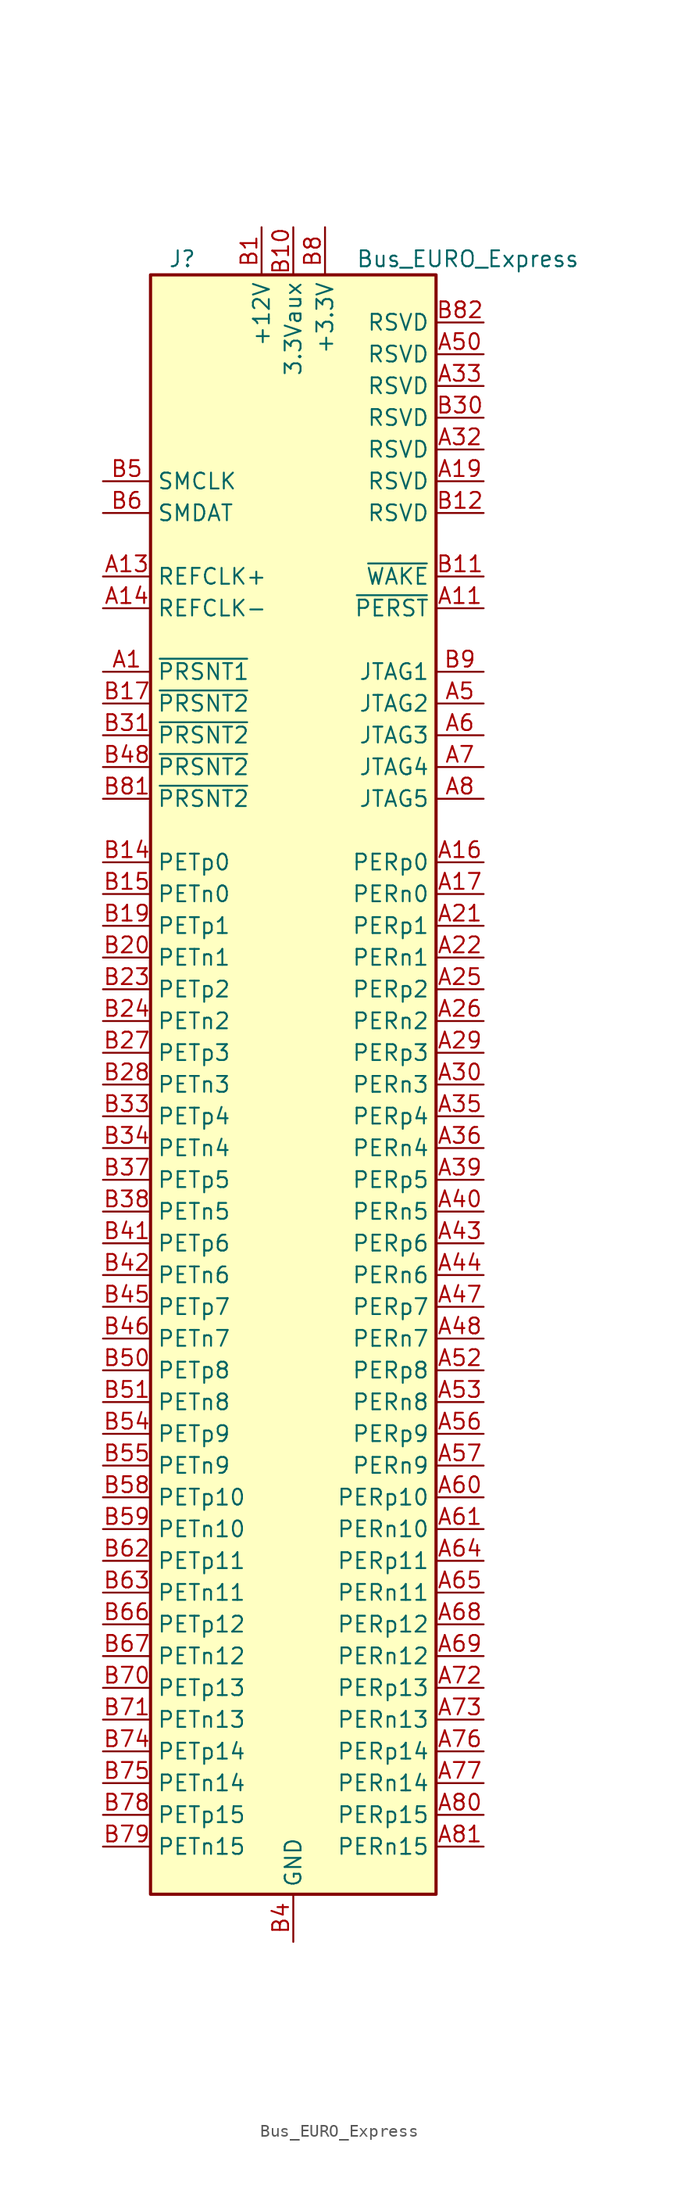
<source format=kicad_sym>
(kicad_symbol_lib
  (version 20231120)
  (generator "kicad_symbol_editor")
  (generator_version "8.0")
  (symbol "Bus_EURO_Express"
    (property "Reference" "J"
      (at -8.89 66.04 0)
      (effects (font (size 1.27 1.27))))
    (property "Value" "Bus_EURO_Express"
      (at 13.97 66.04 0)
      (effects (font (size 1.27 1.27))))
    (symbol "Bus_EURO_Express_0_1"
      (rectangle (start -11.43 64.77) (end 11.43 -64.77) (stroke (width 0.254) (type default)) (fill (type background))))
    (symbol "Bus_EURO_Express_1_1"
      (pin passive line (at -15.24 33.02 0) (length 3.81) (name "~{PRSNT1}" (effects (font (size 1.27 1.27)))) (number "A1" (effects (font (size 1.27 1.27)))))
      (pin passive line (at 2.54 68.58 270) (length 3.81) hide (name "+3.3V" (effects (font (size 1.27 1.27)))) (number "A10" (effects (font (size 1.27 1.27)))))
      (pin input line (at 15.24 38.1 180) (length 3.81) (name "~{PERST}" (effects (font (size 1.27 1.27)))) (number "A11" (effects (font (size 1.27 1.27)))))
      (pin passive line (at 0 -68.58 90) (length 3.81) hide (name "GND" (effects (font (size 1.27 1.27)))) (number "A12" (effects (font (size 1.27 1.27)))))
      (pin input line (at -15.24 40.64 0) (length 3.81) (name "REFCLK+" (effects (font (size 1.27 1.27)))) (number "A13" (effects (font (size 1.27 1.27)))))
      (pin input line (at -15.24 38.1 0) (length 3.81) (name "REFCLK-" (effects (font (size 1.27 1.27)))) (number "A14" (effects (font (size 1.27 1.27)))))
      (pin passive line (at 0 -68.58 90) (length 3.81) hide (name "GND" (effects (font (size 1.27 1.27)))) (number "A15" (effects (font (size 1.27 1.27)))))
      (pin output line (at 15.24 17.78 180) (length 3.81) (name "PERp0" (effects (font (size 1.27 1.27)))) (number "A16" (effects (font (size 1.27 1.27)))))
      (pin output line (at 15.24 15.24 180) (length 3.81) (name "PERn0" (effects (font (size 1.27 1.27)))) (number "A17" (effects (font (size 1.27 1.27)))))
      (pin passive line (at 0 -68.58 90) (length 3.81) hide (name "GND" (effects (font (size 1.27 1.27)))) (number "A18" (effects (font (size 1.27 1.27)))))
      (pin passive line (at 15.24 48.26 180) (length 3.81) (name "RSVD" (effects (font (size 1.27 1.27)))) (number "A19" (effects (font (size 1.27 1.27)))))
      (pin passive line (at -2.54 68.58 270) (length 3.81) hide (name "+12V" (effects (font (size 1.27 1.27)))) (number "A2" (effects (font (size 1.27 1.27)))))
      (pin passive line (at 0 -68.58 90) (length 3.81) hide (name "GND" (effects (font (size 1.27 1.27)))) (number "A20" (effects (font (size 1.27 1.27)))))
      (pin output line (at 15.24 12.7 180) (length 3.81) (name "PERp1" (effects (font (size 1.27 1.27)))) (number "A21" (effects (font (size 1.27 1.27)))))
      (pin output line (at 15.24 10.16 180) (length 3.81) (name "PERn1" (effects (font (size 1.27 1.27)))) (number "A22" (effects (font (size 1.27 1.27)))))
      (pin passive line (at 0 -68.58 90) (length 3.81) hide (name "GND" (effects (font (size 1.27 1.27)))) (number "A23" (effects (font (size 1.27 1.27)))))
      (pin passive line (at 0 -68.58 90) (length 3.81) hide (name "GND" (effects (font (size 1.27 1.27)))) (number "A24" (effects (font (size 1.27 1.27)))))
      (pin output line (at 15.24 7.62 180) (length 3.81) (name "PERp2" (effects (font (size 1.27 1.27)))) (number "A25" (effects (font (size 1.27 1.27)))))
      (pin output line (at 15.24 5.08 180) (length 3.81) (name "PERn2" (effects (font (size 1.27 1.27)))) (number "A26" (effects (font (size 1.27 1.27)))))
      (pin passive line (at 0 -68.58 90) (length 3.81) hide (name "GND" (effects (font (size 1.27 1.27)))) (number "A27" (effects (font (size 1.27 1.27)))))
      (pin passive line (at 0 -68.58 90) (length 3.81) hide (name "GND" (effects (font (size 1.27 1.27)))) (number "A28" (effects (font (size 1.27 1.27)))))
      (pin output line (at 15.24 2.54 180) (length 3.81) (name "PERp3" (effects (font (size 1.27 1.27)))) (number "A29" (effects (font (size 1.27 1.27)))))
      (pin passive line (at -2.54 68.58 270) (length 3.81) hide (name "+12V" (effects (font (size 1.27 1.27)))) (number "A3" (effects (font (size 1.27 1.27)))))
      (pin output line (at 15.24 0 180) (length 3.81) (name "PERn3" (effects (font (size 1.27 1.27)))) (number "A30" (effects (font (size 1.27 1.27)))))
      (pin passive line (at 0 -68.58 90) (length 3.81) hide (name "GND" (effects (font (size 1.27 1.27)))) (number "A31" (effects (font (size 1.27 1.27)))))
      (pin passive line (at 15.24 50.8 180) (length 3.81) (name "RSVD" (effects (font (size 1.27 1.27)))) (number "A32" (effects (font (size 1.27 1.27)))))
      (pin passive line (at 15.24 55.88 180) (length 3.81) (name "RSVD" (effects (font (size 1.27 1.27)))) (number "A33" (effects (font (size 1.27 1.27)))))
      (pin passive line (at 0 -68.58 90) (length 3.81) hide (name "GND" (effects (font (size 1.27 1.27)))) (number "A34" (effects (font (size 1.27 1.27)))))
      (pin output line (at 15.24 -2.54 180) (length 3.81) (name "PERp4" (effects (font (size 1.27 1.27)))) (number "A35" (effects (font (size 1.27 1.27)))))
      (pin output line (at 15.24 -5.08 180) (length 3.81) (name "PERn4" (effects (font (size 1.27 1.27)))) (number "A36" (effects (font (size 1.27 1.27)))))
      (pin passive line (at 0 -68.58 90) (length 3.81) hide (name "GND" (effects (font (size 1.27 1.27)))) (number "A37" (effects (font (size 1.27 1.27)))))
      (pin passive line (at 0 -68.58 90) (length 3.81) hide (name "GND" (effects (font (size 1.27 1.27)))) (number "A38" (effects (font (size 1.27 1.27)))))
      (pin output line (at 15.24 -7.62 180) (length 3.81) (name "PERp5" (effects (font (size 1.27 1.27)))) (number "A39" (effects (font (size 1.27 1.27)))))
      (pin passive line (at 0 -68.58 90) (length 3.81) hide (name "GND" (effects (font (size 1.27 1.27)))) (number "A4" (effects (font (size 1.27 1.27)))))
      (pin output line (at 15.24 -10.16 180) (length 3.81) (name "PERn5" (effects (font (size 1.27 1.27)))) (number "A40" (effects (font (size 1.27 1.27)))))
      (pin passive line (at 0 -68.58 90) (length 3.81) hide (name "GND" (effects (font (size 1.27 1.27)))) (number "A41" (effects (font (size 1.27 1.27)))))
      (pin passive line (at 0 -68.58 90) (length 3.81) hide (name "GND" (effects (font (size 1.27 1.27)))) (number "A42" (effects (font (size 1.27 1.27)))))
      (pin output line (at 15.24 -12.7 180) (length 3.81) (name "PERp6" (effects (font (size 1.27 1.27)))) (number "A43" (effects (font (size 1.27 1.27)))))
      (pin output line (at 15.24 -15.24 180) (length 3.81) (name "PERn6" (effects (font (size 1.27 1.27)))) (number "A44" (effects (font (size 1.27 1.27)))))
      (pin passive line (at 0 -68.58 90) (length 3.81) hide (name "GND" (effects (font (size 1.27 1.27)))) (number "A45" (effects (font (size 1.27 1.27)))))
      (pin passive line (at 0 -68.58 90) (length 3.81) hide (name "GND" (effects (font (size 1.27 1.27)))) (number "A46" (effects (font (size 1.27 1.27)))))
      (pin output line (at 15.24 -17.78 180) (length 3.81) (name "PERp7" (effects (font (size 1.27 1.27)))) (number "A47" (effects (font (size 1.27 1.27)))))
      (pin output line (at 15.24 -20.32 180) (length 3.81) (name "PERn7" (effects (font (size 1.27 1.27)))) (number "A48" (effects (font (size 1.27 1.27)))))
      (pin passive line (at 0 -68.58 90) (length 3.81) hide (name "GND" (effects (font (size 1.27 1.27)))) (number "A49" (effects (font (size 1.27 1.27)))))
      (pin input line (at 15.24 30.48 180) (length 3.81) (name "JTAG2" (effects (font (size 1.27 1.27)))) (number "A5" (effects (font (size 1.27 1.27)))))
      (pin passive line (at 15.24 58.42 180) (length 3.81) (name "RSVD" (effects (font (size 1.27 1.27)))) (number "A50" (effects (font (size 1.27 1.27)))))
      (pin passive line (at 0 -68.58 90) (length 3.81) hide (name "GND" (effects (font (size 1.27 1.27)))) (number "A51" (effects (font (size 1.27 1.27)))))
      (pin output line (at 15.24 -22.86 180) (length 3.81) (name "PERp8" (effects (font (size 1.27 1.27)))) (number "A52" (effects (font (size 1.27 1.27)))))
      (pin output line (at 15.24 -25.4 180) (length 3.81) (name "PERn8" (effects (font (size 1.27 1.27)))) (number "A53" (effects (font (size 1.27 1.27)))))
      (pin passive line (at 0 -68.58 90) (length 3.81) hide (name "GND" (effects (font (size 1.27 1.27)))) (number "A54" (effects (font (size 1.27 1.27)))))
      (pin passive line (at 0 -68.58 90) (length 3.81) hide (name "GND" (effects (font (size 1.27 1.27)))) (number "A55" (effects (font (size 1.27 1.27)))))
      (pin output line (at 15.24 -27.94 180) (length 3.81) (name "PERp9" (effects (font (size 1.27 1.27)))) (number "A56" (effects (font (size 1.27 1.27)))))
      (pin output line (at 15.24 -30.48 180) (length 3.81) (name "PERn9" (effects (font (size 1.27 1.27)))) (number "A57" (effects (font (size 1.27 1.27)))))
      (pin passive line (at 0 -68.58 90) (length 3.81) hide (name "GND" (effects (font (size 1.27 1.27)))) (number "A58" (effects (font (size 1.27 1.27)))))
      (pin passive line (at 0 -68.58 90) (length 3.81) hide (name "GND" (effects (font (size 1.27 1.27)))) (number "A59" (effects (font (size 1.27 1.27)))))
      (pin input line (at 15.24 27.94 180) (length 3.81) (name "JTAG3" (effects (font (size 1.27 1.27)))) (number "A6" (effects (font (size 1.27 1.27)))))
      (pin output line (at 15.24 -33.02 180) (length 3.81) (name "PERp10" (effects (font (size 1.27 1.27)))) (number "A60" (effects (font (size 1.27 1.27)))))
      (pin output line (at 15.24 -35.56 180) (length 3.81) (name "PERn10" (effects (font (size 1.27 1.27)))) (number "A61" (effects (font (size 1.27 1.27)))))
      (pin passive line (at 0 -68.58 90) (length 3.81) hide (name "GND" (effects (font (size 1.27 1.27)))) (number "A62" (effects (font (size 1.27 1.27)))))
      (pin passive line (at 0 -68.58 90) (length 3.81) hide (name "GND" (effects (font (size 1.27 1.27)))) (number "A63" (effects (font (size 1.27 1.27)))))
      (pin output line (at 15.24 -38.1 180) (length 3.81) (name "PERp11" (effects (font (size 1.27 1.27)))) (number "A64" (effects (font (size 1.27 1.27)))))
      (pin output line (at 15.24 -40.64 180) (length 3.81) (name "PERn11" (effects (font (size 1.27 1.27)))) (number "A65" (effects (font (size 1.27 1.27)))))
      (pin passive line (at 0 -68.58 90) (length 3.81) hide (name "GND" (effects (font (size 1.27 1.27)))) (number "A66" (effects (font (size 1.27 1.27)))))
      (pin passive line (at 0 -68.58 90) (length 3.81) hide (name "GND" (effects (font (size 1.27 1.27)))) (number "A67" (effects (font (size 1.27 1.27)))))
      (pin output line (at 15.24 -43.18 180) (length 3.81) (name "PERp12" (effects (font (size 1.27 1.27)))) (number "A68" (effects (font (size 1.27 1.27)))))
      (pin output line (at 15.24 -45.72 180) (length 3.81) (name "PERn12" (effects (font (size 1.27 1.27)))) (number "A69" (effects (font (size 1.27 1.27)))))
      (pin output line (at 15.24 25.4 180) (length 3.81) (name "JTAG4" (effects (font (size 1.27 1.27)))) (number "A7" (effects (font (size 1.27 1.27)))))
      (pin passive line (at 0 -68.58 90) (length 3.81) hide (name "GND" (effects (font (size 1.27 1.27)))) (number "A70" (effects (font (size 1.27 1.27)))))
      (pin passive line (at 0 -68.58 90) (length 3.81) hide (name "GND" (effects (font (size 1.27 1.27)))) (number "A71" (effects (font (size 1.27 1.27)))))
      (pin output line (at 15.24 -48.26 180) (length 3.81) (name "PERp13" (effects (font (size 1.27 1.27)))) (number "A72" (effects (font (size 1.27 1.27)))))
      (pin output line (at 15.24 -50.8 180) (length 3.81) (name "PERn13" (effects (font (size 1.27 1.27)))) (number "A73" (effects (font (size 1.27 1.27)))))
      (pin passive line (at 0 -68.58 90) (length 3.81) hide (name "GND" (effects (font (size 1.27 1.27)))) (number "A74" (effects (font (size 1.27 1.27)))))
      (pin passive line (at 0 -68.58 90) (length 3.81) hide (name "GND" (effects (font (size 1.27 1.27)))) (number "A75" (effects (font (size 1.27 1.27)))))
      (pin output line (at 15.24 -53.34 180) (length 3.81) (name "PERp14" (effects (font (size 1.27 1.27)))) (number "A76" (effects (font (size 1.27 1.27)))))
      (pin output line (at 15.24 -55.88 180) (length 3.81) (name "PERn14" (effects (font (size 1.27 1.27)))) (number "A77" (effects (font (size 1.27 1.27)))))
      (pin passive line (at 0 -68.58 90) (length 3.81) hide (name "GND" (effects (font (size 1.27 1.27)))) (number "A78" (effects (font (size 1.27 1.27)))))
      (pin passive line (at 0 -68.58 90) (length 3.81) hide (name "GND" (effects (font (size 1.27 1.27)))) (number "A79" (effects (font (size 1.27 1.27)))))
      (pin input line (at 15.24 22.86 180) (length 3.81) (name "JTAG5" (effects (font (size 1.27 1.27)))) (number "A8" (effects (font (size 1.27 1.27)))))
      (pin output line (at 15.24 -58.42 180) (length 3.81) (name "PERp15" (effects (font (size 1.27 1.27)))) (number "A80" (effects (font (size 1.27 1.27)))))
      (pin output line (at 15.24 -60.96 180) (length 3.81) (name "PERn15" (effects (font (size 1.27 1.27)))) (number "A81" (effects (font (size 1.27 1.27)))))
      (pin passive line (at 0 -68.58 90) (length 3.81) hide (name "GND" (effects (font (size 1.27 1.27)))) (number "A82" (effects (font (size 1.27 1.27)))))
      (pin passive line (at 2.54 68.58 270) (length 3.81) hide (name "+3.3V" (effects (font (size 1.27 1.27)))) (number "A9" (effects (font (size 1.27 1.27)))))
      (pin power_in line (at -2.54 68.58 270) (length 3.81) (name "+12V" (effects (font (size 1.27 1.27)))) (number "B1" (effects (font (size 1.27 1.27)))))
      (pin power_in line (at 0 68.58 270) (length 3.81) (name "3.3Vaux" (effects (font (size 1.27 1.27)))) (number "B10" (effects (font (size 1.27 1.27)))))
      (pin open_collector line (at 15.24 40.64 180) (length 3.81) (name "~{WAKE}" (effects (font (size 1.27 1.27)))) (number "B11" (effects (font (size 1.27 1.27)))))
      (pin passive line (at 15.24 45.72 180) (length 3.81) (name "RSVD" (effects (font (size 1.27 1.27)))) (number "B12" (effects (font (size 1.27 1.27)))))
      (pin passive line (at 0 -68.58 90) (length 3.81) hide (name "GND" (effects (font (size 1.27 1.27)))) (number "B13" (effects (font (size 1.27 1.27)))))
      (pin input line (at -15.24 17.78 0) (length 3.81) (name "PETp0" (effects (font (size 1.27 1.27)))) (number "B14" (effects (font (size 1.27 1.27)))))
      (pin input line (at -15.24 15.24 0) (length 3.81) (name "PETn0" (effects (font (size 1.27 1.27)))) (number "B15" (effects (font (size 1.27 1.27)))))
      (pin passive line (at 0 -68.58 90) (length 3.81) hide (name "GND" (effects (font (size 1.27 1.27)))) (number "B16" (effects (font (size 1.27 1.27)))))
      (pin passive line (at -15.24 30.48 0) (length 3.81) (name "~{PRSNT2}" (effects (font (size 1.27 1.27)))) (number "B17" (effects (font (size 1.27 1.27)))))
      (pin passive line (at 0 -68.58 90) (length 3.81) hide (name "GND" (effects (font (size 1.27 1.27)))) (number "B18" (effects (font (size 1.27 1.27)))))
      (pin input line (at -15.24 12.7 0) (length 3.81) (name "PETp1" (effects (font (size 1.27 1.27)))) (number "B19" (effects (font (size 1.27 1.27)))))
      (pin passive line (at -2.54 68.58 270) (length 3.81) hide (name "+12V" (effects (font (size 1.27 1.27)))) (number "B2" (effects (font (size 1.27 1.27)))))
      (pin input line (at -15.24 10.16 0) (length 3.81) (name "PETn1" (effects (font (size 1.27 1.27)))) (number "B20" (effects (font (size 1.27 1.27)))))
      (pin passive line (at 0 -68.58 90) (length 3.81) hide (name "GND" (effects (font (size 1.27 1.27)))) (number "B21" (effects (font (size 1.27 1.27)))))
      (pin passive line (at 0 -68.58 90) (length 3.81) hide (name "GND" (effects (font (size 1.27 1.27)))) (number "B22" (effects (font (size 1.27 1.27)))))
      (pin input line (at -15.24 7.62 0) (length 3.81) (name "PETp2" (effects (font (size 1.27 1.27)))) (number "B23" (effects (font (size 1.27 1.27)))))
      (pin input line (at -15.24 5.08 0) (length 3.81) (name "PETn2" (effects (font (size 1.27 1.27)))) (number "B24" (effects (font (size 1.27 1.27)))))
      (pin passive line (at 0 -68.58 90) (length 3.81) hide (name "GND" (effects (font (size 1.27 1.27)))) (number "B25" (effects (font (size 1.27 1.27)))))
      (pin passive line (at 0 -68.58 90) (length 3.81) hide (name "GND" (effects (font (size 1.27 1.27)))) (number "B26" (effects (font (size 1.27 1.27)))))
      (pin input line (at -15.24 2.54 0) (length 3.81) (name "PETp3" (effects (font (size 1.27 1.27)))) (number "B27" (effects (font (size 1.27 1.27)))))
      (pin input line (at -15.24 0 0) (length 3.81) (name "PETn3" (effects (font (size 1.27 1.27)))) (number "B28" (effects (font (size 1.27 1.27)))))
      (pin passive line (at 0 -68.58 90) (length 3.81) hide (name "GND" (effects (font (size 1.27 1.27)))) (number "B29" (effects (font (size 1.27 1.27)))))
      (pin passive line (at -2.54 68.58 270) (length 3.81) hide (name "+12V" (effects (font (size 1.27 1.27)))) (number "B3" (effects (font (size 1.27 1.27)))))
      (pin passive line (at 15.24 53.34 180) (length 3.81) (name "RSVD" (effects (font (size 1.27 1.27)))) (number "B30" (effects (font (size 1.27 1.27)))))
      (pin passive line (at -15.24 27.94 0) (length 3.81) (name "~{PRSNT2}" (effects (font (size 1.27 1.27)))) (number "B31" (effects (font (size 1.27 1.27)))))
      (pin passive line (at 0 -68.58 90) (length 3.81) hide (name "GND" (effects (font (size 1.27 1.27)))) (number "B32" (effects (font (size 1.27 1.27)))))
      (pin input line (at -15.24 -2.54 0) (length 3.81) (name "PETp4" (effects (font (size 1.27 1.27)))) (number "B33" (effects (font (size 1.27 1.27)))))
      (pin input line (at -15.24 -5.08 0) (length 3.81) (name "PETn4" (effects (font (size 1.27 1.27)))) (number "B34" (effects (font (size 1.27 1.27)))))
      (pin passive line (at 0 -68.58 90) (length 3.81) hide (name "GND" (effects (font (size 1.27 1.27)))) (number "B35" (effects (font (size 1.27 1.27)))))
      (pin passive line (at 0 -68.58 90) (length 3.81) hide (name "GND" (effects (font (size 1.27 1.27)))) (number "B36" (effects (font (size 1.27 1.27)))))
      (pin input line (at -15.24 -7.62 0) (length 3.81) (name "PETp5" (effects (font (size 1.27 1.27)))) (number "B37" (effects (font (size 1.27 1.27)))))
      (pin input line (at -15.24 -10.16 0) (length 3.81) (name "PETn5" (effects (font (size 1.27 1.27)))) (number "B38" (effects (font (size 1.27 1.27)))))
      (pin passive line (at 0 -68.58 90) (length 3.81) hide (name "GND" (effects (font (size 1.27 1.27)))) (number "B39" (effects (font (size 1.27 1.27)))))
      (pin power_in line (at 0 -68.58 90) (length 3.81) (name "GND" (effects (font (size 1.27 1.27)))) (number "B4" (effects (font (size 1.27 1.27)))))
      (pin passive line (at 0 -68.58 90) (length 3.81) hide (name "GND" (effects (font (size 1.27 1.27)))) (number "B40" (effects (font (size 1.27 1.27)))))
      (pin input line (at -15.24 -12.7 0) (length 3.81) (name "PETp6" (effects (font (size 1.27 1.27)))) (number "B41" (effects (font (size 1.27 1.27)))))
      (pin input line (at -15.24 -15.24 0) (length 3.81) (name "PETn6" (effects (font (size 1.27 1.27)))) (number "B42" (effects (font (size 1.27 1.27)))))
      (pin passive line (at 0 -68.58 90) (length 3.81) hide (name "GND" (effects (font (size 1.27 1.27)))) (number "B43" (effects (font (size 1.27 1.27)))))
      (pin passive line (at 0 -68.58 90) (length 3.81) hide (name "GND" (effects (font (size 1.27 1.27)))) (number "B44" (effects (font (size 1.27 1.27)))))
      (pin input line (at -15.24 -17.78 0) (length 3.81) (name "PETp7" (effects (font (size 1.27 1.27)))) (number "B45" (effects (font (size 1.27 1.27)))))
      (pin input line (at -15.24 -20.32 0) (length 3.81) (name "PETn7" (effects (font (size 1.27 1.27)))) (number "B46" (effects (font (size 1.27 1.27)))))
      (pin passive line (at 0 -68.58 90) (length 3.81) hide (name "GND" (effects (font (size 1.27 1.27)))) (number "B47" (effects (font (size 1.27 1.27)))))
      (pin passive line (at -15.24 25.4 0) (length 3.81) (name "~{PRSNT2}" (effects (font (size 1.27 1.27)))) (number "B48" (effects (font (size 1.27 1.27)))))
      (pin passive line (at 0 -68.58 90) (length 3.81) hide (name "GND" (effects (font (size 1.27 1.27)))) (number "B49" (effects (font (size 1.27 1.27)))))
      (pin input line (at -15.24 48.26 0) (length 3.81) (name "SMCLK" (effects (font (size 1.27 1.27)))) (number "B5" (effects (font (size 1.27 1.27)))))
      (pin input line (at -15.24 -22.86 0) (length 3.81) (name "PETp8" (effects (font (size 1.27 1.27)))) (number "B50" (effects (font (size 1.27 1.27)))))
      (pin input line (at -15.24 -25.4 0) (length 3.81) (name "PETn8" (effects (font (size 1.27 1.27)))) (number "B51" (effects (font (size 1.27 1.27)))))
      (pin passive line (at 0 -68.58 90) (length 3.81) hide (name "GND" (effects (font (size 1.27 1.27)))) (number "B52" (effects (font (size 1.27 1.27)))))
      (pin passive line (at 0 -68.58 90) (length 3.81) hide (name "GND" (effects (font (size 1.27 1.27)))) (number "B53" (effects (font (size 1.27 1.27)))))
      (pin input line (at -15.24 -27.94 0) (length 3.81) (name "PETp9" (effects (font (size 1.27 1.27)))) (number "B54" (effects (font (size 1.27 1.27)))))
      (pin input line (at -15.24 -30.48 0) (length 3.81) (name "PETn9" (effects (font (size 1.27 1.27)))) (number "B55" (effects (font (size 1.27 1.27)))))
      (pin passive line (at 0 -68.58 90) (length 3.81) hide (name "GND" (effects (font (size 1.27 1.27)))) (number "B56" (effects (font (size 1.27 1.27)))))
      (pin passive line (at 0 -68.58 90) (length 3.81) hide (name "GND" (effects (font (size 1.27 1.27)))) (number "B57" (effects (font (size 1.27 1.27)))))
      (pin input line (at -15.24 -33.02 0) (length 3.81) (name "PETp10" (effects (font (size 1.27 1.27)))) (number "B58" (effects (font (size 1.27 1.27)))))
      (pin input line (at -15.24 -35.56 0) (length 3.81) (name "PETn10" (effects (font (size 1.27 1.27)))) (number "B59" (effects (font (size 1.27 1.27)))))
      (pin bidirectional line (at -15.24 45.72 0) (length 3.81) (name "SMDAT" (effects (font (size 1.27 1.27)))) (number "B6" (effects (font (size 1.27 1.27)))))
      (pin passive line (at 0 -68.58 90) (length 3.81) hide (name "GND" (effects (font (size 1.27 1.27)))) (number "B60" (effects (font (size 1.27 1.27)))))
      (pin passive line (at 0 -68.58 90) (length 3.81) hide (name "GND" (effects (font (size 1.27 1.27)))) (number "B61" (effects (font (size 1.27 1.27)))))
      (pin input line (at -15.24 -38.1 0) (length 3.81) (name "PETp11" (effects (font (size 1.27 1.27)))) (number "B62" (effects (font (size 1.27 1.27)))))
      (pin input line (at -15.24 -40.64 0) (length 3.81) (name "PETn11" (effects (font (size 1.27 1.27)))) (number "B63" (effects (font (size 1.27 1.27)))))
      (pin passive line (at 0 -68.58 90) (length 3.81) hide (name "GND" (effects (font (size 1.27 1.27)))) (number "B64" (effects (font (size 1.27 1.27)))))
      (pin passive line (at 0 -68.58 90) (length 3.81) hide (name "GND" (effects (font (size 1.27 1.27)))) (number "B65" (effects (font (size 1.27 1.27)))))
      (pin input line (at -15.24 -43.18 0) (length 3.81) (name "PETp12" (effects (font (size 1.27 1.27)))) (number "B66" (effects (font (size 1.27 1.27)))))
      (pin input line (at -15.24 -45.72 0) (length 3.81) (name "PETn12" (effects (font (size 1.27 1.27)))) (number "B67" (effects (font (size 1.27 1.27)))))
      (pin passive line (at 0 -68.58 90) (length 3.81) hide (name "GND" (effects (font (size 1.27 1.27)))) (number "B68" (effects (font (size 1.27 1.27)))))
      (pin passive line (at 0 -68.58 90) (length 3.81) hide (name "GND" (effects (font (size 1.27 1.27)))) (number "B69" (effects (font (size 1.27 1.27)))))
      (pin passive line (at 0 -68.58 90) (length 3.81) hide (name "GND" (effects (font (size 1.27 1.27)))) (number "B7" (effects (font (size 1.27 1.27)))))
      (pin input line (at -15.24 -48.26 0) (length 3.81) (name "PETp13" (effects (font (size 1.27 1.27)))) (number "B70" (effects (font (size 1.27 1.27)))))
      (pin input line (at -15.24 -50.8 0) (length 3.81) (name "PETn13" (effects (font (size 1.27 1.27)))) (number "B71" (effects (font (size 1.27 1.27)))))
      (pin passive line (at 0 -68.58 90) (length 3.81) hide (name "GND" (effects (font (size 1.27 1.27)))) (number "B72" (effects (font (size 1.27 1.27)))))
      (pin passive line (at 0 -68.58 90) (length 3.81) hide (name "GND" (effects (font (size 1.27 1.27)))) (number "B73" (effects (font (size 1.27 1.27)))))
      (pin input line (at -15.24 -53.34 0) (length 3.81) (name "PETp14" (effects (font (size 1.27 1.27)))) (number "B74" (effects (font (size 1.27 1.27)))))
      (pin input line (at -15.24 -55.88 0) (length 3.81) (name "PETn14" (effects (font (size 1.27 1.27)))) (number "B75" (effects (font (size 1.27 1.27)))))
      (pin passive line (at 0 -68.58 90) (length 3.81) hide (name "GND" (effects (font (size 1.27 1.27)))) (number "B76" (effects (font (size 1.27 1.27)))))
      (pin passive line (at 0 -68.58 90) (length 3.81) hide (name "GND" (effects (font (size 1.27 1.27)))) (number "B77" (effects (font (size 1.27 1.27)))))
      (pin input line (at -15.24 -58.42 0) (length 3.81) (name "PETp15" (effects (font (size 1.27 1.27)))) (number "B78" (effects (font (size 1.27 1.27)))))
      (pin input line (at -15.24 -60.96 0) (length 3.81) (name "PETn15" (effects (font (size 1.27 1.27)))) (number "B79" (effects (font (size 1.27 1.27)))))
      (pin power_in line (at 2.54 68.58 270) (length 3.81) (name "+3.3V" (effects (font (size 1.27 1.27)))) (number "B8" (effects (font (size 1.27 1.27)))))
      (pin passive line (at 0 -68.58 90) (length 3.81) hide (name "GND" (effects (font (size 1.27 1.27)))) (number "B80" (effects (font (size 1.27 1.27)))))
      (pin passive line (at -15.24 22.86 0) (length 3.81) (name "~{PRSNT2}" (effects (font (size 1.27 1.27)))) (number "B81" (effects (font (size 1.27 1.27)))))
      (pin passive line (at 15.24 60.96 180) (length 3.81) (name "RSVD" (effects (font (size 1.27 1.27)))) (number "B82" (effects (font (size 1.27 1.27)))))
      (pin input line (at 15.24 33.02 180) (length 3.81) (name "JTAG1" (effects (font (size 1.27 1.27)))) (number "B9" (effects (font (size 1.27 1.27))))))))
</source>
